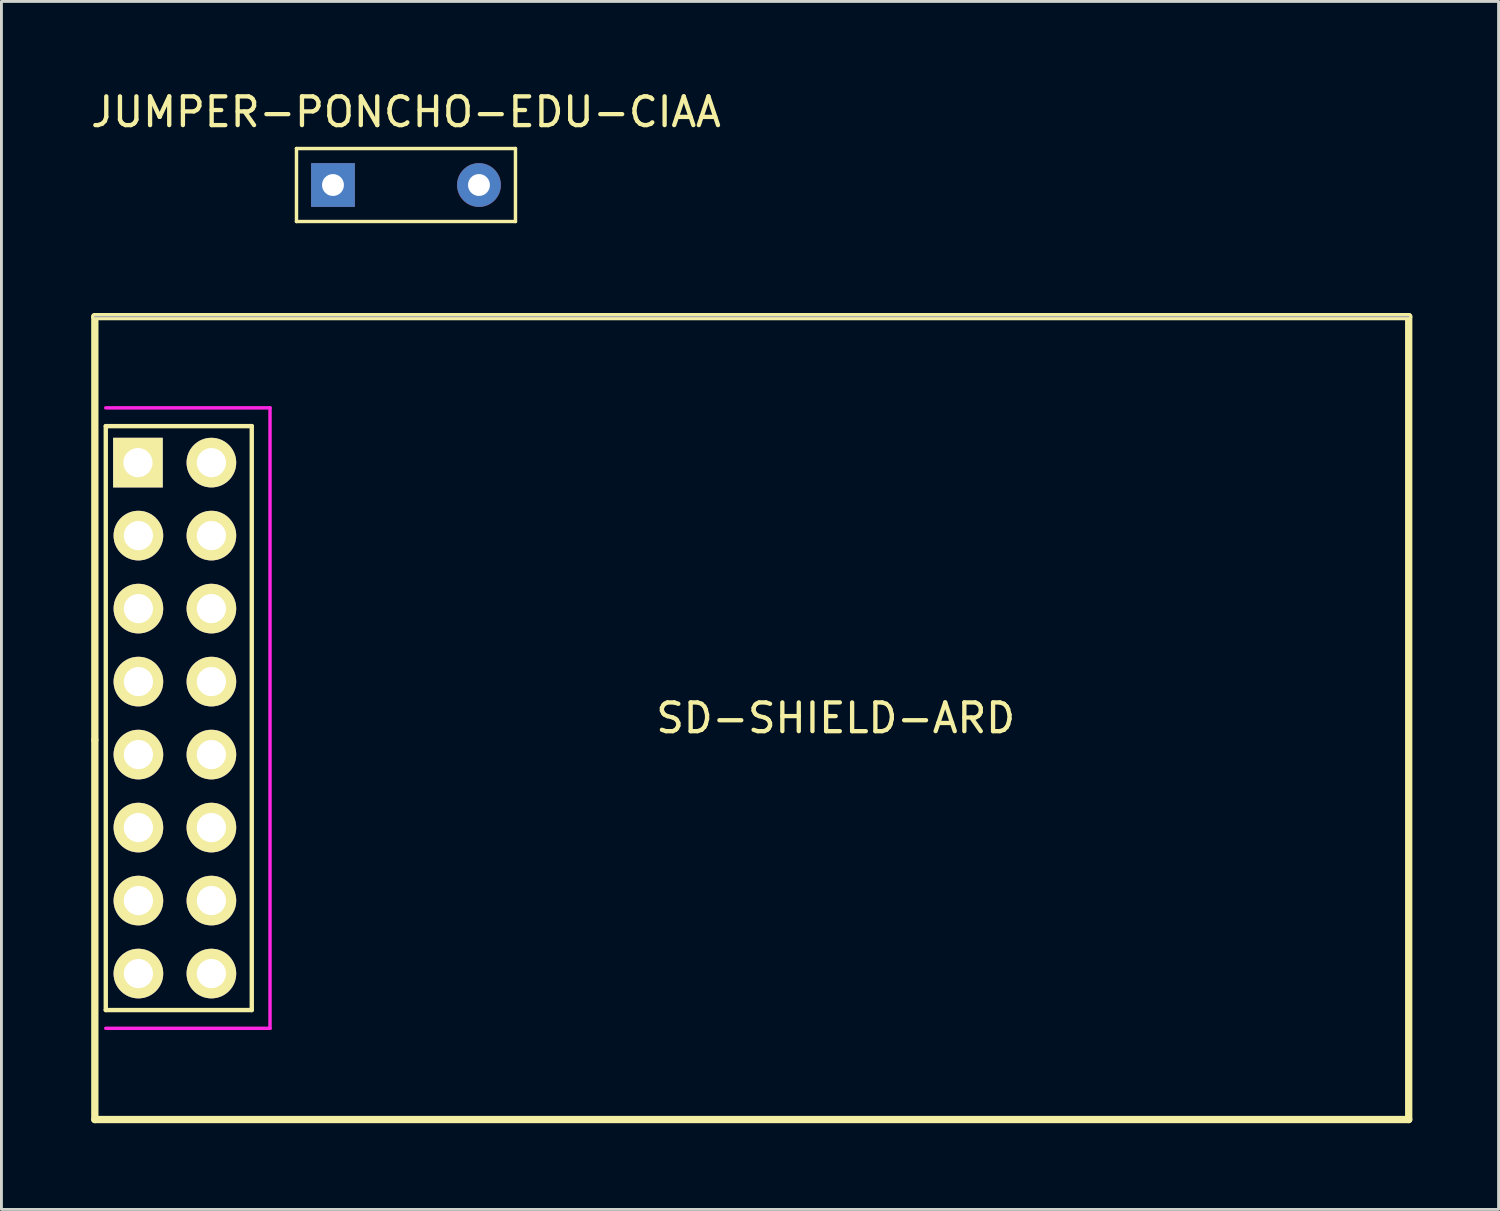
<source format=kicad_pcb>
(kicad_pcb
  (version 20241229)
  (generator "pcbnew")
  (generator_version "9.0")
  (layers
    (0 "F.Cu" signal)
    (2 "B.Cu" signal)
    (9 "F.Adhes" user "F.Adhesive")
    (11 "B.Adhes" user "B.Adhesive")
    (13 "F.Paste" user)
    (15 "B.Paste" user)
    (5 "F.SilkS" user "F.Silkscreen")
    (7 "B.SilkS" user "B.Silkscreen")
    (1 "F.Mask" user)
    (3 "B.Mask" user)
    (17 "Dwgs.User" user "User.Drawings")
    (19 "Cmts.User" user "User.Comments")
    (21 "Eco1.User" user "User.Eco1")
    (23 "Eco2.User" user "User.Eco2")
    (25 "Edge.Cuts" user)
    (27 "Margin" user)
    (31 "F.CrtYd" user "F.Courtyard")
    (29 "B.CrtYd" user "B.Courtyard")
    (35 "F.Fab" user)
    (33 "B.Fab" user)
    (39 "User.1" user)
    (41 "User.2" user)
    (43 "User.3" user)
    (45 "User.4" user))
  (footprint "JUMPER-PONCHO-EDU-CIAA"
    (layer "F.Cu")
    (at 11.077 0.848)
    (property "Reference" "JUMPER-PONCHO-EDU-CIAA" (at 0 0 0) (layer "F.SilkS") (effects (font (size 1 1) (thickness 0.15))))
    (attr through_hole)
    (fp_line (start -3.81 1.27) (end 3.81 1.27) (stroke (width 0.12) (type solid)) (layer "F.SilkS"))
    (fp_line (start -3.81 3.81) (end -3.81 1.27) (stroke (width 0.12) (type solid)) (layer "F.SilkS"))
    (fp_line (start 3.81 1.27) (end 3.81 3.81) (stroke (width 0.12) (type solid)) (layer "F.SilkS"))
    (fp_line (start 3.81 3.81) (end -3.81 3.81) (stroke (width 0.12) (type solid)) (layer "F.SilkS"))
    (pad "1" thru_hole rect (at -2.54 2.54) (size 1.524 1.524) (drill 0.762) (layers "*.Cu" "*.Mask"))
    (pad "2" thru_hole circle (at 2.54 2.54) (size 1.524 1.524) (drill 0.762) (layers "*.Cu" "*.Mask")))
  (footprint "SD-SHIELD-ARD"
    (layer "F.Cu")
    (at 0.25 7.968)
    (property "Reference" "SD-SHIELD-ARD" (at 25.781 13.97 0) (layer "F.SilkS") (effects (font (size 1 1) (thickness 0.15))))
    (attr through_hole)
    (fp_line (start 0 0) (end 45.72 0) (stroke (width 0.254) (type solid)) (layer "F.SilkS"))
    (fp_line (start 0 14.732) (end 0 0) (stroke (width 0.254) (type solid)) (layer "F.SilkS"))
    (fp_line (start 0 27.94) (end 0 14.732) (stroke (width 0.254) (type solid)) (layer "F.SilkS"))
    (fp_line (start 0.381 24.13) (end 0.381 3.81) (stroke (width 0.152) (type solid)) (layer "F.SilkS"))
    (fp_line (start 5.461 3.81) (end 0.381 3.81) (stroke (width 0.152) (type solid)) (layer "F.SilkS"))
    (fp_line (start 5.461 3.81) (end 5.461 24.13) (stroke (width 0.152) (type solid)) (layer "F.SilkS"))
    (fp_line (start 5.461 24.13) (end 0.381 24.13) (stroke (width 0.152) (type solid)) (layer "F.SilkS"))
    (fp_line (start 45.72 0) (end 45.72 27.94) (stroke (width 0.254) (type solid)) (layer "F.SilkS"))
    (fp_line (start 45.72 27.94) (end 0 27.94) (stroke (width 0.254) (type solid)) (layer "F.SilkS"))
    (fp_line (start 0.381 3.175) (end 6.096 3.175) (stroke (width 0.12) (type solid)) (layer "F.CrtYd"))
    (fp_line (start 6.096 3.175) (end 6.096 24.765) (stroke (width 0.12) (type solid)) (layer "F.CrtYd"))
    (fp_line (start 6.096 24.765) (end 0.381 24.765) (stroke (width 0.12) (type solid)) (layer "F.CrtYd"))
    (fp_line (start 0 0) (end 45.72 0) (stroke (width 0.05) (type solid)) (layer "F.Fab"))
    (pad "1" thru_hole oval (at 1.516 22.86) (size 1.727 1.727) (drill 1.016) (layers "*.Cu" "*.Mask" "F.SilkS"))
    (pad "1" thru_hole oval (at 4.056 22.86) (size 1.727 1.727) (drill 1.016) (layers "*.Cu" "*.Mask" "F.SilkS"))
    (pad "2" thru_hole oval (at 1.516 20.32) (size 1.727 1.727) (drill 1.016) (layers "*.Cu" "*.Mask" "F.SilkS"))
    (pad "2" thru_hole oval (at 4.056 20.32) (size 1.727 1.727) (drill 1.016) (layers "*.Cu" "*.Mask" "F.SilkS"))
    (pad "3" thru_hole oval (at 1.516 17.78) (size 1.727 1.727) (drill 1.016) (layers "*.Cu" "*.Mask" "F.SilkS"))
    (pad "3" thru_hole oval (at 4.056 17.78) (size 1.727 1.727) (drill 1.016) (layers "*.Cu" "*.Mask" "F.SilkS"))
    (pad "4" thru_hole oval (at 1.516 15.24) (size 1.727 1.727) (drill 1.016) (layers "*.Cu" "*.Mask" "F.SilkS"))
    (pad "4" thru_hole oval (at 4.056 15.24) (size 1.727 1.727) (drill 1.016) (layers "*.Cu" "*.Mask" "F.SilkS"))
    (pad "5" thru_hole oval (at 1.516 12.7) (size 1.727 1.727) (drill 1.016) (layers "*.Cu" "*.Mask" "F.SilkS"))
    (pad "5" thru_hole oval (at 4.056 12.7) (size 1.727 1.727) (drill 1.016) (layers "*.Cu" "*.Mask" "F.SilkS"))
    (pad "6" thru_hole oval (at 1.516 10.16) (size 1.727 1.727) (drill 1.016) (layers "*.Cu" "*.Mask" "F.SilkS"))
    (pad "6" thru_hole oval (at 4.056 10.16) (size 1.727 1.727) (drill 1.016) (layers "*.Cu" "*.Mask" "F.SilkS"))
    (pad "7" thru_hole oval (at 1.516 7.62) (size 1.727 1.727) (drill 1.016) (layers "*.Cu" "*.Mask" "F.SilkS"))
    (pad "7" thru_hole oval (at 4.056 7.62) (size 1.727 1.727) (drill 1.016) (layers "*.Cu" "*.Mask" "F.SilkS"))
    (pad "8" thru_hole rect (at 1.5 5.08) (size 1.727 1.727) (drill 1.016) (layers "*.Cu" "*.Mask" "F.SilkS"))
    (pad "8" thru_hole oval (at 4.056 5.08) (size 1.727 1.727) (drill 1.016) (layers "*.Cu" "*.Mask" "F.SilkS")))
  (gr_rect
    (start -3 -3)
    (end 49.097 39.035)
    (stroke (width 0.1) (type default))
    (fill no)
    (layer "Edge.Cuts")))
</source>
